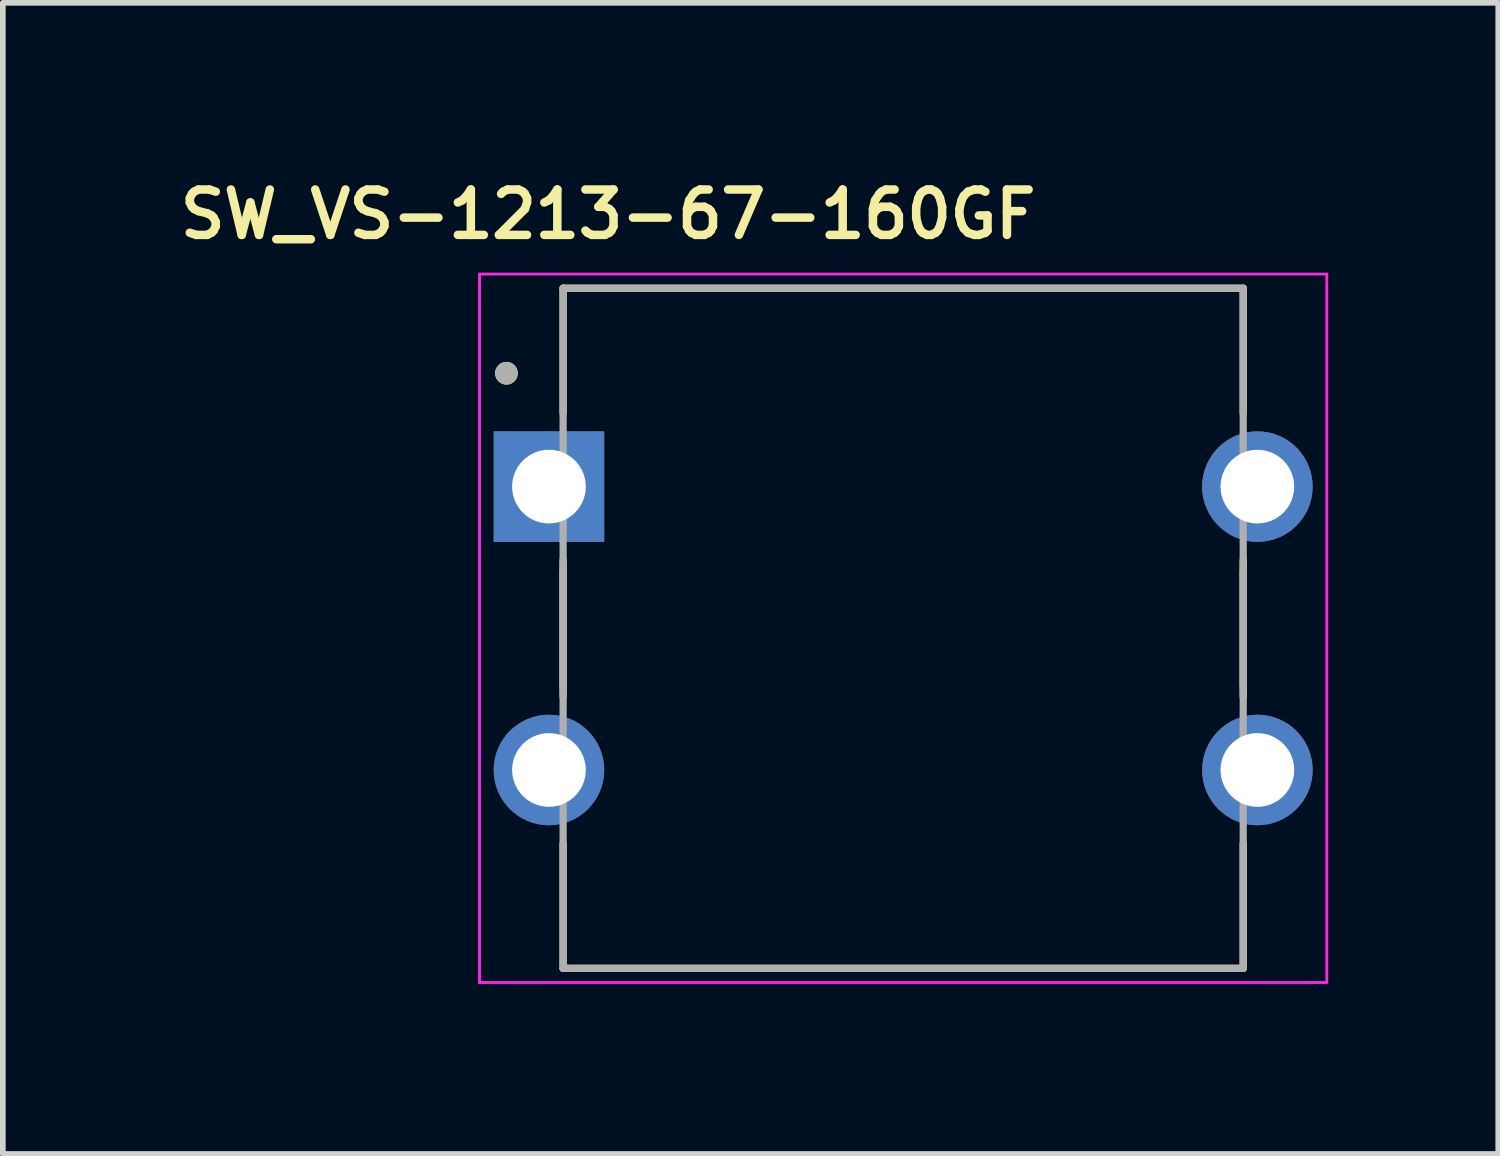
<source format=kicad_pcb>
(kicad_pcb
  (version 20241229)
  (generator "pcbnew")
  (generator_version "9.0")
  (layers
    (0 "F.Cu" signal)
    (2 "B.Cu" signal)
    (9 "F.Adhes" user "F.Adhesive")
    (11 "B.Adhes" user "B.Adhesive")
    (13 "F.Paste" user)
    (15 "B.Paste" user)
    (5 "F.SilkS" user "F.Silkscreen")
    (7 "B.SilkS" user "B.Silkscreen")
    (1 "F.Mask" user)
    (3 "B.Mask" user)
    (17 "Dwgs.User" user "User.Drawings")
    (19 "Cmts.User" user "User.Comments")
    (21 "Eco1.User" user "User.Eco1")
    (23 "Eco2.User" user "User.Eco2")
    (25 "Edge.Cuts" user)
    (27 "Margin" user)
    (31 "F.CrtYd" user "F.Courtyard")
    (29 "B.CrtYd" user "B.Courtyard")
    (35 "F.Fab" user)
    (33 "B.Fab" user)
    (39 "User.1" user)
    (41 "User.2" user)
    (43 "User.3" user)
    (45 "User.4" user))
  (footprint "SW_VS-1213-67-160GF"
    (layer "F.Cu")
    (at 12.886 8.036)
    (property "Reference" "SW_VS-1213-67-160GF" (at -5.206 -7.304 0) (layer "F.SilkS") (effects (font (size 0.801 0.801) (thickness 0.15))))
    (attr through_hole)
    (fp_line (start -6 -6) (end 6 -6) (stroke (width 0.127) (type solid)) (layer "F.SilkS"))
    (fp_line (start -6 -3.795) (end -6 -6) (stroke (width 0.127) (type solid)) (layer "F.SilkS"))
    (fp_line (start -6 -1.205) (end -6 1.205) (stroke (width 0.127) (type solid)) (layer "F.SilkS"))
    (fp_line (start -6 3.8) (end -6 6) (stroke (width 0.127) (type solid)) (layer "F.SilkS"))
    (fp_line (start -6 6) (end 6 6) (stroke (width 0.127) (type solid)) (layer "F.SilkS"))
    (fp_line (start 6 -6) (end 6 -3.795) (stroke (width 0.127) (type solid)) (layer "F.SilkS"))
    (fp_line (start 6 -1.205) (end 6 1.205) (stroke (width 0.127) (type solid)) (layer "F.SilkS"))
    (fp_line (start 6 6) (end 6 3.8) (stroke (width 0.127) (type solid)) (layer "F.SilkS"))
    (fp_circle (center -7 -4.5) (end -6.9 -4.5) (stroke (width 0.2) (type solid)) (fill no) (layer "F.SilkS"))
    (fp_line (start -7.475 -6.25) (end 7.475 -6.25) (stroke (width 0.05) (type solid)) (layer "F.CrtYd"))
    (fp_line (start -7.475 6.25) (end -7.475 -6.25) (stroke (width 0.05) (type solid)) (layer "F.CrtYd"))
    (fp_line (start 7.475 -6.25) (end 7.475 6.25) (stroke (width 0.05) (type solid)) (layer "F.CrtYd"))
    (fp_line (start 7.475 6.25) (end -7.475 6.25) (stroke (width 0.05) (type solid)) (layer "F.CrtYd"))
    (fp_line (start -6 -1) (end -6 1) (stroke (width 0.127) (type solid)) (layer "F.Fab"))
    (fp_line (start -6 6) (end -6 -6) (stroke (width 0.127) (type solid)) (layer "F.Fab"))
    (fp_line (start -6 6) (end 6 6) (stroke (width 0.127) (type solid)) (layer "F.Fab"))
    (fp_line (start 6 -6) (end -6 -6) (stroke (width 0.127) (type solid)) (layer "F.Fab"))
    (fp_line (start 6 -6) (end 6 6) (stroke (width 0.127) (type solid)) (layer "F.Fab"))
    (fp_line (start 6 -1) (end 6 1) (stroke (width 0.127) (type solid)) (layer "F.Fab"))
    (fp_circle (center -7 -4.5) (end -6.9 -4.5) (stroke (width 0.2) (type solid)) (fill no) (layer "F.Fab"))
    (pad "1" thru_hole rect (at -6.25 -2.5) (size 1.95 1.95) (drill 1.3) (layers "*.Cu" "*.Mask"))
    (pad "2" thru_hole circle (at -6.25 2.5) (size 1.95 1.95) (drill 1.3) (layers "*.Cu" "*.Mask"))
    (pad "3" thru_hole circle (at 6.25 -2.5) (size 1.95 1.95) (drill 1.3) (layers "*.Cu" "*.Mask"))
    (pad "4" thru_hole circle (at 6.25 2.5) (size 1.95 1.95) (drill 1.3) (layers "*.Cu" "*.Mask")))
  (gr_rect
    (start -3 -3)
    (end 23.386 17.311)
    (stroke (width 0.1) (type default))
    (fill no)
    (layer "Edge.Cuts")))
</source>
